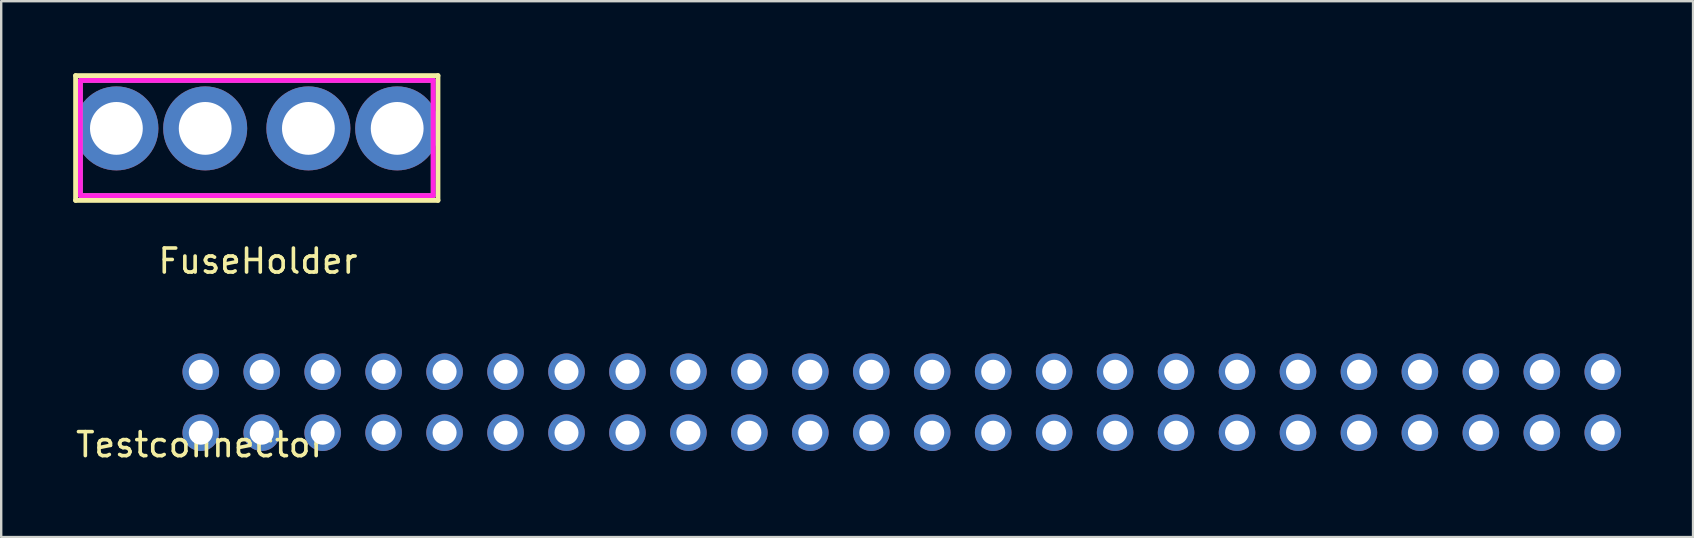
<source format=kicad_pcb>
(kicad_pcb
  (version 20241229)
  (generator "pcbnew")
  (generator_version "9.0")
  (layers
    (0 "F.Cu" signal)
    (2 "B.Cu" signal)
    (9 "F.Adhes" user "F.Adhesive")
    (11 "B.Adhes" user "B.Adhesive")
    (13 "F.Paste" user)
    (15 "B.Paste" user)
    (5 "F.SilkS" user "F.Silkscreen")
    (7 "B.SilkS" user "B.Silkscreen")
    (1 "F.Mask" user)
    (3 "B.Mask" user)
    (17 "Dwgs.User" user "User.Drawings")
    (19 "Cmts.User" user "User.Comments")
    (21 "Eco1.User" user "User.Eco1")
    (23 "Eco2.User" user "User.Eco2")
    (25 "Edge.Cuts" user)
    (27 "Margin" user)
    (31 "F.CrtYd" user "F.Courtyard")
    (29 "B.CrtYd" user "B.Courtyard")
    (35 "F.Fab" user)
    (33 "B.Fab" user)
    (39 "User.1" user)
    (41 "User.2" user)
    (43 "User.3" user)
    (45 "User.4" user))
  (footprint "FuseHolder"
    (layer "F.Cu")
    (at 7.73 3.58)
    (property "Reference" "FuseHolder" (at -0.03 4.25 0) (layer "F.SilkS") (effects (font (size 1 1) (thickness 0.15))))
    (attr through_hole)
    (fp_line (start -7.63 -3.48) (end 7.47 -3.48) (stroke (width 0.2) (type solid)) (layer "F.SilkS"))
    (fp_line (start -7.63 1.72) (end -7.63 -3.48) (stroke (width 0.2) (type solid)) (layer "F.SilkS"))
    (fp_line (start -7.63 1.72) (end 7.47 1.72) (stroke (width 0.2) (type solid)) (layer "F.SilkS"))
    (fp_line (start 7.47 1.72) (end 7.47 -3.48) (stroke (width 0.2) (type solid)) (layer "F.SilkS"))
    (fp_line (start -7.43 -3.28) (end 7.27 -3.28) (stroke (width 0.2) (type solid)) (layer "F.CrtYd"))
    (fp_line (start -7.43 1.52) (end -7.43 -3.28) (stroke (width 0.2) (type solid)) (layer "F.CrtYd"))
    (fp_line (start -7.43 1.52) (end 7.27 1.52) (stroke (width 0.2) (type solid)) (layer "F.CrtYd"))
    (fp_line (start 7.27 1.52) (end 7.27 -3.28) (stroke (width 0.2) (type solid)) (layer "F.CrtYd"))
    (fp_line (start -7.43 -3.28) (end 7.27 -3.28) (stroke (width 0.2) (type solid)) (layer "F.Fab"))
    (fp_line (start -7.43 1.52) (end -7.43 -3.28) (stroke (width 0.2) (type solid)) (layer "F.Fab"))
    (fp_line (start -7.43 1.52) (end 7.27 1.52) (stroke (width 0.2) (type solid)) (layer "F.Fab"))
    (fp_line (start 7.27 1.52) (end 7.27 -3.28) (stroke (width 0.2) (type solid)) (layer "F.Fab"))
    (pad "1" thru_hole circle (at -5.93 -1.28) (size 3.5 3.5) (drill 2.2) (layers "*.Cu" "*.Mask"))
    (pad "1" thru_hole circle (at -2.23 -1.28) (size 3.5 3.5) (drill 2.2) (layers "*.Cu" "*.Mask"))
    (pad "2" thru_hole circle (at 2.07 -1.28) (size 3.5 3.5) (drill 2.2) (layers "*.Cu" "*.Mask"))
    (pad "2" thru_hole circle (at 5.77 -1.28) (size 3.5 3.5) (drill 2.2) (layers "*.Cu" "*.Mask")))
  (footprint "Testconnector"
    (layer "F.Cu")
    (at 5.315 14.98)
    (property "Reference" "Testconnector" (at 0 0.5 0) (layer "F.SilkS") (effects (font (size 1 1) (thickness 0.15))))
    (attr through_hole)
    (pad "1" thru_hole circle (at 0 0) (size 1.524 1.524) (drill 1) (layers "*.Cu" "*.Mask"))
    (pad "2" thru_hole circle (at 2.54 0) (size 1.524 1.524) (drill 1) (layers "*.Cu" "*.Mask"))
    (pad "3" thru_hole circle (at 5.08 0) (size 1.524 1.524) (drill 1) (layers "*.Cu" "*.Mask"))
    (pad "4" thru_hole circle (at 7.62 0) (size 1.524 1.524) (drill 1) (layers "*.Cu" "*.Mask"))
    (pad "5" thru_hole circle (at 10.16 0) (size 1.524 1.524) (drill 1) (layers "*.Cu" "*.Mask"))
    (pad "6" thru_hole circle (at 12.7 0) (size 1.524 1.524) (drill 1) (layers "*.Cu" "*.Mask"))
    (pad "7" thru_hole circle (at 15.24 0) (size 1.524 1.524) (drill 1) (layers "*.Cu" "*.Mask"))
    (pad "8" thru_hole circle (at 17.78 0) (size 1.524 1.524) (drill 1) (layers "*.Cu" "*.Mask"))
    (pad "9" thru_hole circle (at 20.32 0) (size 1.524 1.524) (drill 1) (layers "*.Cu" "*.Mask"))
    (pad "10" thru_hole circle (at 22.86 0) (size 1.524 1.524) (drill 1) (layers "*.Cu" "*.Mask"))
    (pad "11" thru_hole circle (at 25.4 0) (size 1.524 1.524) (drill 1) (layers "*.Cu" "*.Mask"))
    (pad "12" thru_hole circle (at 27.94 0) (size 1.524 1.524) (drill 1) (layers "*.Cu" "*.Mask"))
    (pad "13" thru_hole circle (at 30.48 0) (size 1.524 1.524) (drill 1) (layers "*.Cu" "*.Mask"))
    (pad "14" thru_hole circle (at 33.02 0) (size 1.524 1.524) (drill 1) (layers "*.Cu" "*.Mask"))
    (pad "15" thru_hole circle (at 35.56 0) (size 1.524 1.524) (drill 1) (layers "*.Cu" "*.Mask"))
    (pad "16" thru_hole circle (at 38.1 0) (size 1.524 1.524) (drill 1) (layers "*.Cu" "*.Mask"))
    (pad "17" thru_hole circle (at 40.64 0) (size 1.524 1.524) (drill 1) (layers "*.Cu" "*.Mask"))
    (pad "18" thru_hole circle (at 43.18 0) (size 1.524 1.524) (drill 1) (layers "*.Cu" "*.Mask"))
    (pad "19" thru_hole circle (at 45.72 0) (size 1.524 1.524) (drill 1) (layers "*.Cu" "*.Mask"))
    (pad "20" thru_hole circle (at 48.26 0) (size 1.524 1.524) (drill 1) (layers "*.Cu" "*.Mask"))
    (pad "21" thru_hole circle (at 50.8 0) (size 1.524 1.524) (drill 1) (layers "*.Cu" "*.Mask"))
    (pad "22" thru_hole circle (at 53.34 0) (size 1.524 1.524) (drill 1) (layers "*.Cu" "*.Mask"))
    (pad "23" thru_hole circle (at 55.88 0) (size 1.524 1.524) (drill 1) (layers "*.Cu" "*.Mask"))
    (pad "24" thru_hole circle (at 58.42 0) (size 1.524 1.524) (drill 1) (layers "*.Cu" "*.Mask"))
    (pad "25" thru_hole circle (at 58.42 -2.54) (size 1.524 1.524) (drill 1) (layers "*.Cu" "*.Mask"))
    (pad "26" thru_hole circle (at 55.88 -2.54) (size 1.524 1.524) (drill 1) (layers "*.Cu" "*.Mask"))
    (pad "27" thru_hole circle (at 53.34 -2.54) (size 1.524 1.524) (drill 1) (layers "*.Cu" "*.Mask"))
    (pad "28" thru_hole circle (at 50.8 -2.54) (size 1.524 1.524) (drill 1) (layers "*.Cu" "*.Mask"))
    (pad "29" thru_hole circle (at 48.26 -2.54) (size 1.524 1.524) (drill 1) (layers "*.Cu" "*.Mask"))
    (pad "30" thru_hole circle (at 45.72 -2.54) (size 1.524 1.524) (drill 1) (layers "*.Cu" "*.Mask"))
    (pad "31" thru_hole circle (at 43.18 -2.54) (size 1.524 1.524) (drill 1) (layers "*.Cu" "*.Mask"))
    (pad "32" thru_hole circle (at 40.64 -2.54) (size 1.524 1.524) (drill 1) (layers "*.Cu" "*.Mask"))
    (pad "33" thru_hole circle (at 38.1 -2.54) (size 1.524 1.524) (drill 1) (layers "*.Cu" "*.Mask"))
    (pad "34" thru_hole circle (at 35.56 -2.54) (size 1.524 1.524) (drill 1) (layers "*.Cu" "*.Mask"))
    (pad "35" thru_hole circle (at 33.02 -2.54) (size 1.524 1.524) (drill 1) (layers "*.Cu" "*.Mask"))
    (pad "36" thru_hole circle (at 30.48 -2.54) (size 1.524 1.524) (drill 1) (layers "*.Cu" "*.Mask"))
    (pad "37" thru_hole circle (at 27.94 -2.54) (size 1.524 1.524) (drill 1) (layers "*.Cu" "*.Mask"))
    (pad "38" thru_hole circle (at 25.4 -2.54) (size 1.524 1.524) (drill 1) (layers "*.Cu" "*.Mask"))
    (pad "39" thru_hole circle (at 22.86 -2.54) (size 1.524 1.524) (drill 1) (layers "*.Cu" "*.Mask"))
    (pad "40" thru_hole circle (at 20.32 -2.54) (size 1.524 1.524) (drill 1) (layers "*.Cu" "*.Mask"))
    (pad "41" thru_hole circle (at 17.78 -2.54) (size 1.524 1.524) (drill 1) (layers "*.Cu" "*.Mask"))
    (pad "42" thru_hole circle (at 15.24 -2.54) (size 1.524 1.524) (drill 1) (layers "*.Cu" "*.Mask"))
    (pad "43" thru_hole circle (at 12.7 -2.54) (size 1.524 1.524) (drill 1) (layers "*.Cu" "*.Mask"))
    (pad "44" thru_hole circle (at 10.16 -2.54) (size 1.524 1.524) (drill 1) (layers "*.Cu" "*.Mask"))
    (pad "45" thru_hole circle (at 7.62 -2.54) (size 1.524 1.524) (drill 1) (layers "*.Cu" "*.Mask"))
    (pad "46" thru_hole circle (at 5.08 -2.54) (size 1.524 1.524) (drill 1) (layers "*.Cu" "*.Mask"))
    (pad "47" thru_hole circle (at 2.54 -2.54) (size 1.524 1.524) (drill 1) (layers "*.Cu" "*.Mask"))
    (pad "48" thru_hole circle (at 0 -2.54) (size 1.524 1.524) (drill 1) (layers "*.Cu" "*.Mask")))
  (gr_rect
    (start -3 -3)
    (end 67.497 19.328)
    (stroke (width 0.1) (type default))
    (fill no)
    (layer "Edge.Cuts")))
</source>
